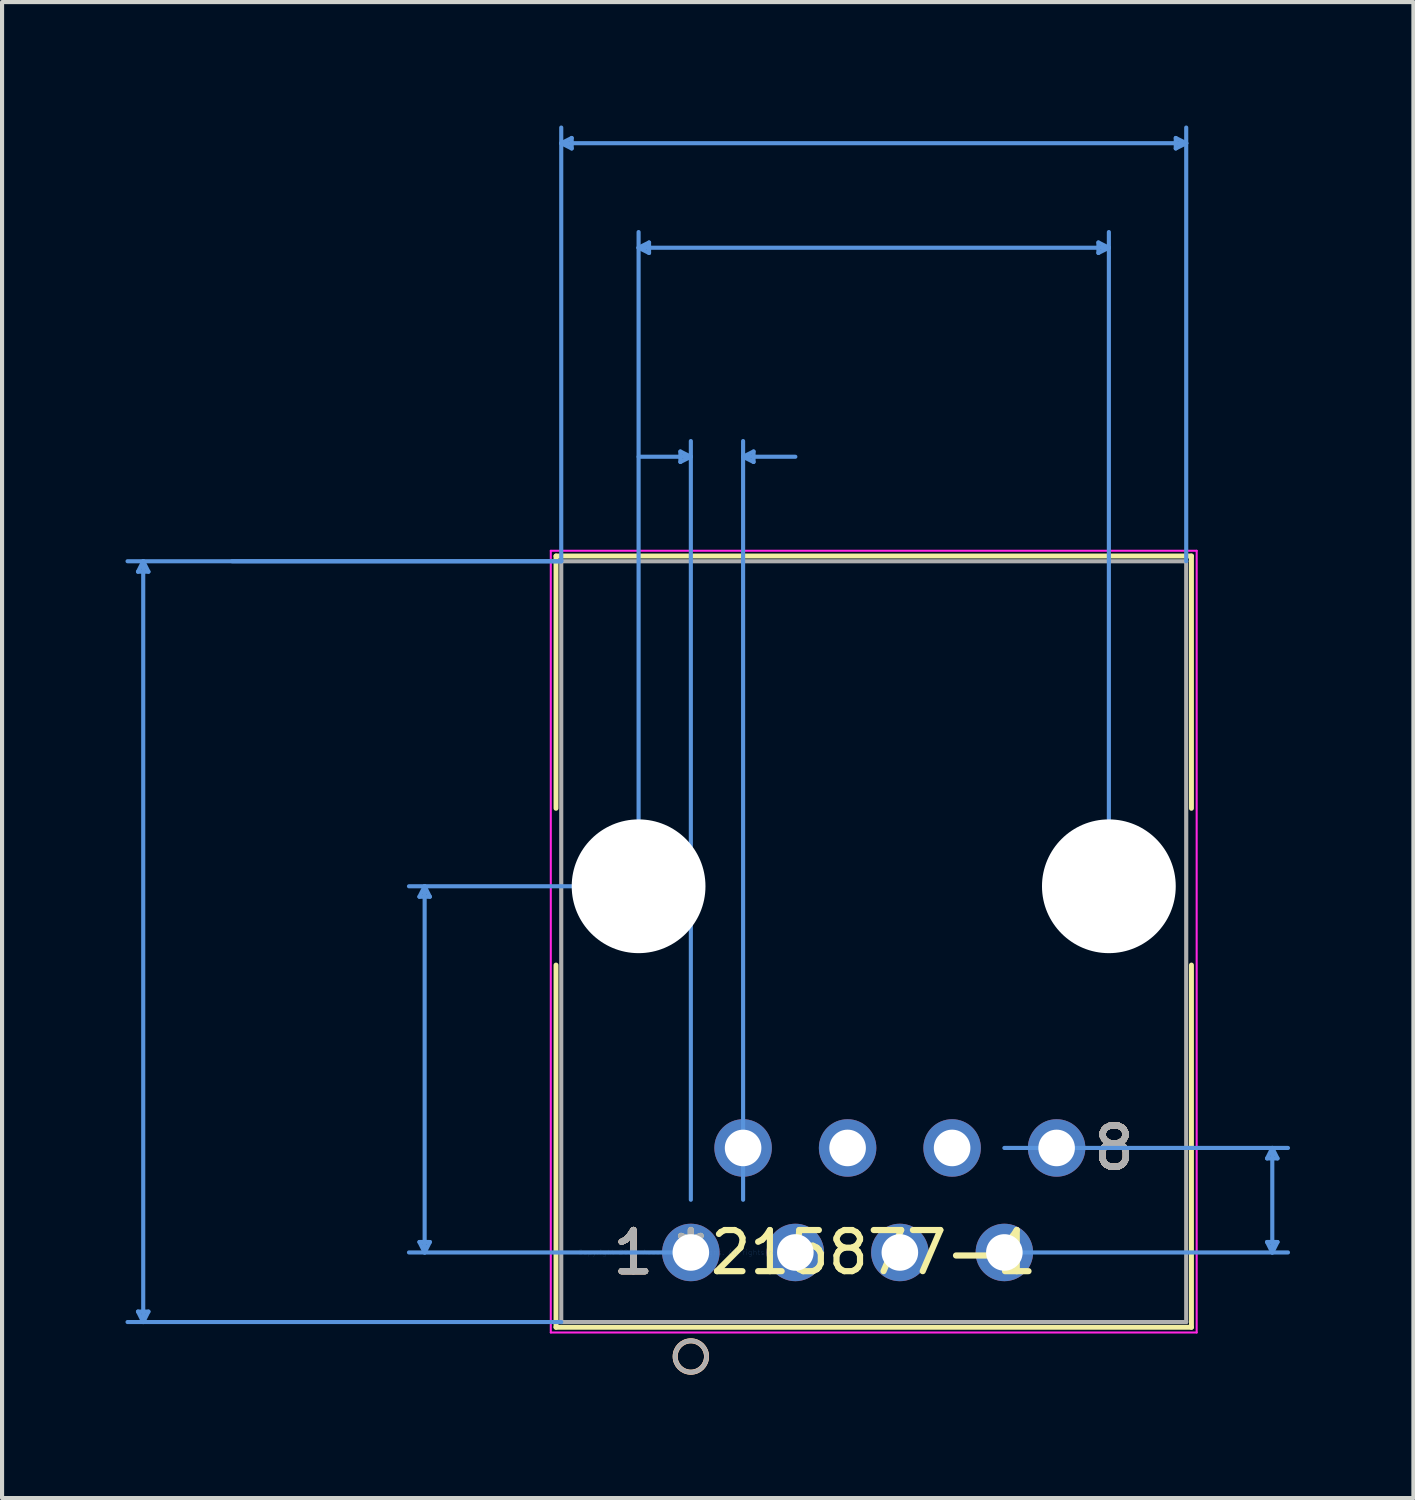
<source format=kicad_pcb>
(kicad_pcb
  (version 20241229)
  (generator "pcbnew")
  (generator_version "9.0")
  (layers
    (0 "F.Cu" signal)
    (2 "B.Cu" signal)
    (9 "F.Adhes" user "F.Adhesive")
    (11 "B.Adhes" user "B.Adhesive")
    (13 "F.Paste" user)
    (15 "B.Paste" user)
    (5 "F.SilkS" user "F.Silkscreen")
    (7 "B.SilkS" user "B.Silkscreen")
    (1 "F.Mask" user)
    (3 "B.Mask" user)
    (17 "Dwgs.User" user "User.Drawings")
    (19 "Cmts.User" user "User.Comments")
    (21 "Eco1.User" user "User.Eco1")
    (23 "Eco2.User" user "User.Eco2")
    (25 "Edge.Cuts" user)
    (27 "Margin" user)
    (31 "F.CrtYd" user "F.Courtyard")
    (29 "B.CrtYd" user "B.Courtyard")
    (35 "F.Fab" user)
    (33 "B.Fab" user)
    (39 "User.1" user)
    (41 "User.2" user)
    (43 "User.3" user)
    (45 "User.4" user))
  (footprint "215877-1"
    (layer "F.Cu")
    (at 13.741 27.391)
    (property "Reference" "215877-1" (at 4.445 0 0) (layer "F.SilkS") (effects (font (size 1 1) (thickness 0.15))))
    (attr through_hole)
    (fp_line (start -3.277 -16.927) (end -3.277 -10.795) (stroke (width 0.12) (type solid)) (layer "F.SilkS"))
    (fp_line (start -3.277 -6.985) (end -3.277 1.818) (stroke (width 0.12) (type solid)) (layer "F.SilkS"))
    (fp_line (start -3.277 1.818) (end 12.167 1.818) (stroke (width 0.12) (type solid)) (layer "F.SilkS"))
    (fp_line (start 12.167 -16.927) (end -3.277 -16.927) (stroke (width 0.12) (type solid)) (layer "F.SilkS"))
    (fp_line (start 12.167 -10.795) (end 12.167 -16.927) (stroke (width 0.12) (type solid)) (layer "F.SilkS"))
    (fp_line (start 12.167 1.818) (end 12.167 -6.985) (stroke (width 0.12) (type solid)) (layer "F.SilkS"))
    (fp_circle (center 0 2.529) (end 0.381 2.529) (stroke (width 0.12) (type solid)) (fill no) (layer "F.SilkS"))
    (fp_circle (center 0 2.529) (end 0.381 2.529) (stroke (width 0.12) (type solid)) (fill no) (layer "B.SilkS"))
    (fp_line (start -13.437 -16.546) (end -13.183 -16.546) (stroke (width 0.1) (type solid)) (layer "Cmts.User"))
    (fp_line (start -13.437 1.437) (end -13.183 1.437) (stroke (width 0.1) (type solid)) (layer "Cmts.User"))
    (fp_line (start -13.31 -16.8) (end -13.437 -16.546) (stroke (width 0.1) (type solid)) (layer "Cmts.User"))
    (fp_line (start -13.31 -16.8) (end -13.31 1.691) (stroke (width 0.1) (type solid)) (layer "Cmts.User"))
    (fp_line (start -13.31 -16.8) (end -13.183 -16.546) (stroke (width 0.1) (type solid)) (layer "Cmts.User"))
    (fp_line (start -13.31 1.691) (end -13.437 1.437) (stroke (width 0.1) (type solid)) (layer "Cmts.User"))
    (fp_line (start -13.31 1.691) (end -13.183 1.437) (stroke (width 0.1) (type solid)) (layer "Cmts.User"))
    (fp_line (start -6.597 -0.254) (end -6.47 0) (stroke (width 0.1) (type solid)) (layer "Cmts.User"))
    (fp_line (start -6.597 -8.646) (end -6.47 -8.9) (stroke (width 0.1) (type solid)) (layer "Cmts.User"))
    (fp_line (start -6.597 -8.646) (end -6.343 -8.646) (stroke (width 0.1) (type solid)) (layer "Cmts.User"))
    (fp_line (start -6.47 -8.9) (end -6.47 0) (stroke (width 0.1) (type solid)) (layer "Cmts.User"))
    (fp_line (start -6.343 -0.254) (end -6.597 -0.254) (stroke (width 0.1) (type solid)) (layer "Cmts.User"))
    (fp_line (start -6.343 -0.254) (end -6.47 0) (stroke (width 0.1) (type solid)) (layer "Cmts.User"))
    (fp_line (start -6.343 -8.646) (end -6.47 -8.9) (stroke (width 0.1) (type solid)) (layer "Cmts.User"))
    (fp_line (start -3.15 -26.96) (end -2.896 -27.087) (stroke (width 0.1) (type solid)) (layer "Cmts.User"))
    (fp_line (start -3.15 -26.96) (end -2.896 -26.833) (stroke (width 0.1) (type solid)) (layer "Cmts.User"))
    (fp_line (start -3.15 -26.96) (end 12.04 -26.96) (stroke (width 0.1) (type solid)) (layer "Cmts.User"))
    (fp_line (start -3.15 -16.8) (end -13.691 -16.8) (stroke (width 0.1) (type solid)) (layer "Cmts.User"))
    (fp_line (start -3.15 -16.8) (end -11.151 -16.8) (stroke (width 0.1) (type solid)) (layer "Cmts.User"))
    (fp_line (start -3.15 -16.8) (end -3.15 -27.341) (stroke (width 0.1) (type solid)) (layer "Cmts.User"))
    (fp_line (start -3.15 1.691) (end -13.691 1.691) (stroke (width 0.1) (type solid)) (layer "Cmts.User"))
    (fp_line (start -2.896 -27.087) (end -2.896 -26.833) (stroke (width 0.1) (type solid)) (layer "Cmts.User"))
    (fp_line (start -1.27 -24.42) (end -1.016 -24.547) (stroke (width 0.1) (type solid)) (layer "Cmts.User"))
    (fp_line (start -1.27 -24.42) (end -1.016 -24.293) (stroke (width 0.1) (type solid)) (layer "Cmts.User"))
    (fp_line (start -1.27 -24.42) (end 10.16 -24.42) (stroke (width 0.1) (type solid)) (layer "Cmts.User"))
    (fp_line (start -1.27 -10.181) (end -1.27 -24.801) (stroke (width 0.1) (type solid)) (layer "Cmts.User"))
    (fp_line (start -1.016 -24.547) (end -1.016 -24.293) (stroke (width 0.1) (type solid)) (layer "Cmts.User"))
    (fp_line (start -0.254 -19.467) (end -0.254 -19.213) (stroke (width 0.1) (type solid)) (layer "Cmts.User"))
    (fp_line (start 0 -19.34) (end -1.27 -19.34) (stroke (width 0.1) (type solid)) (layer "Cmts.User"))
    (fp_line (start 0 -19.34) (end -0.254 -19.467) (stroke (width 0.1) (type solid)) (layer "Cmts.User"))
    (fp_line (start 0 -19.34) (end -0.254 -19.213) (stroke (width 0.1) (type solid)) (layer "Cmts.User"))
    (fp_line (start 0 -8.9) (end -6.851 -8.9) (stroke (width 0.1) (type solid)) (layer "Cmts.User"))
    (fp_line (start 0 -1.281) (end 0 -19.721) (stroke (width 0.1) (type solid)) (layer "Cmts.User"))
    (fp_line (start 0 0) (end -6.851 0) (stroke (width 0.1) (type solid)) (layer "Cmts.User"))
    (fp_line (start 1.27 -19.34) (end 1.524 -19.467) (stroke (width 0.1) (type solid)) (layer "Cmts.User"))
    (fp_line (start 1.27 -19.34) (end 1.524 -19.213) (stroke (width 0.1) (type solid)) (layer "Cmts.User"))
    (fp_line (start 1.27 -19.34) (end 2.54 -19.34) (stroke (width 0.1) (type solid)) (layer "Cmts.User"))
    (fp_line (start 1.27 -1.281) (end 1.27 -19.721) (stroke (width 0.1) (type solid)) (layer "Cmts.User"))
    (fp_line (start 1.524 -19.467) (end 1.524 -19.213) (stroke (width 0.1) (type solid)) (layer "Cmts.User"))
    (fp_line (start 7.62 -2.54) (end 14.513 -2.54) (stroke (width 0.1) (type solid)) (layer "Cmts.User"))
    (fp_line (start 7.62 0) (end 14.513 0) (stroke (width 0.1) (type solid)) (layer "Cmts.User"))
    (fp_line (start 9.906 -24.547) (end 9.906 -24.293) (stroke (width 0.1) (type solid)) (layer "Cmts.User"))
    (fp_line (start 10.16 -24.42) (end 9.906 -24.547) (stroke (width 0.1) (type solid)) (layer "Cmts.User"))
    (fp_line (start 10.16 -24.42) (end 9.906 -24.293) (stroke (width 0.1) (type solid)) (layer "Cmts.User"))
    (fp_line (start 10.16 -10.181) (end 10.16 -24.801) (stroke (width 0.1) (type solid)) (layer "Cmts.User"))
    (fp_line (start 11.786 -27.087) (end 11.786 -26.833) (stroke (width 0.1) (type solid)) (layer "Cmts.User"))
    (fp_line (start 12.04 -26.96) (end 11.786 -27.087) (stroke (width 0.1) (type solid)) (layer "Cmts.User"))
    (fp_line (start 12.04 -26.96) (end 11.786 -26.833) (stroke (width 0.1) (type solid)) (layer "Cmts.User"))
    (fp_line (start 12.04 -16.8) (end 12.04 -27.341) (stroke (width 0.1) (type solid)) (layer "Cmts.User"))
    (fp_line (start 14.005 -0.254) (end 14.132 0) (stroke (width 0.1) (type solid)) (layer "Cmts.User"))
    (fp_line (start 14.005 -2.286) (end 14.132 -2.54) (stroke (width 0.1) (type solid)) (layer "Cmts.User"))
    (fp_line (start 14.005 -2.286) (end 14.259 -2.286) (stroke (width 0.1) (type solid)) (layer "Cmts.User"))
    (fp_line (start 14.132 -2.54) (end 14.132 0) (stroke (width 0.1) (type solid)) (layer "Cmts.User"))
    (fp_line (start 14.259 -0.254) (end 14.005 -0.254) (stroke (width 0.1) (type solid)) (layer "Cmts.User"))
    (fp_line (start 14.259 -0.254) (end 14.132 0) (stroke (width 0.1) (type solid)) (layer "Cmts.User"))
    (fp_line (start 14.259 -2.286) (end 14.132 -2.54) (stroke (width 0.1) (type solid)) (layer "Cmts.User"))
    (fp_line (start -3.404 -17.054) (end -3.404 1.945) (stroke (width 0.05) (type solid)) (layer "F.CrtYd"))
    (fp_line (start -3.404 1.945) (end 12.294 1.945) (stroke (width 0.05) (type solid)) (layer "F.CrtYd"))
    (fp_line (start 12.294 -17.054) (end -3.404 -17.054) (stroke (width 0.05) (type solid)) (layer "F.CrtYd"))
    (fp_line (start 12.294 1.945) (end 12.294 -17.054) (stroke (width 0.05) (type solid)) (layer "F.CrtYd"))
    (fp_line (start -3.15 -16.8) (end -3.15 1.691) (stroke (width 0.1) (type solid)) (layer "F.Fab"))
    (fp_line (start -3.15 1.691) (end 12.04 1.691) (stroke (width 0.1) (type solid)) (layer "F.Fab"))
    (fp_line (start 12.04 -16.8) (end -3.15 -16.8) (stroke (width 0.1) (type solid)) (layer "F.Fab"))
    (fp_line (start 12.04 1.691) (end 12.04 -16.8) (stroke (width 0.1) (type solid)) (layer "F.Fab"))
    (fp_circle (center 0 2.529) (end 0.381 2.529) (stroke (width 0.1) (type solid)) (fill no) (layer "F.Fab"))
    (fp_text user "*" (at 0 0 0) (layer "F.SilkS") (effects (font (size 1 1) (thickness 0.15))))
    (fp_text user "1" (at -1.397 0 0) (layer "F.SilkS") (effects (font (size 1 1) (thickness 0.15))))
    (fp_text user "1" (at -1.397 0 0) (layer "F.SilkS") (effects (font (size 1 1) (thickness 0.15))))
    (fp_text user "8" (at 10.287 -2.54 0) (layer "F.SilkS") (effects (font (size 1 1) (thickness 0.15))))
    (fp_text user "8" (at 10.287 -2.54 0) (layer "F.SilkS") (effects (font (size 1 1) (thickness 0.15))))
    (fp_text user "8" (at 10.287 -2.54 0) (layer "B.SilkS") (effects (font (size 1 1) (thickness 0.15))))
    (fp_text user "1" (at -1.397 0 0) (layer "B.SilkS") (effects (font (size 1 1) (thickness 0.15))))
    (fp_text user "8" (at 10.287 -2.54 0) (layer "B.SilkS") (effects (font (size 1 1) (thickness 0.15))))
    (fp_text user "1" (at -1.397 0 0) (layer "B.SilkS") (effects (font (size 1 1) (thickness 0.15))))
    (fp_text user "Copyright 2021 Accelerated Designs. All rights reserved." (at 0 0 0) (layer "Cmts.User") (effects (font (size 0.127 0.127) (thickness 0.002))))
    (fp_text user "8" (at 10.287 -2.54 0) (layer "F.Fab") (effects (font (size 1 1) (thickness 0.15))))
    (fp_text user "1" (at -1.397 0 0) (layer "F.Fab") (effects (font (size 1 1) (thickness 0.15))))
    (fp_text user "8" (at 10.287 -2.54 0) (layer "F.Fab") (effects (font (size 1 1) (thickness 0.15))))
    (fp_text user "1" (at -1.397 0 0) (layer "F.Fab") (effects (font (size 1 1) (thickness 0.15))))
    (fp_text user "*" (at 0 0 0) (layer "F.Fab") (effects (font (size 1 1) (thickness 0.15))))
    (pad "" np_thru_hole circle (at -1.27 -8.9) (size 3.251 3.251) (drill 3.251) (layers "*.Cu" "*.Mask"))
    (pad "" np_thru_hole circle (at 10.16 -8.9) (size 3.251 3.251) (drill 3.251) (layers "*.Cu" "*.Mask"))
    (pad "1" thru_hole circle (at 0 0) (size 1.397 1.397) (drill 0.889) (layers "*.Cu" "*.Mask"))
    (pad "2" thru_hole circle (at 1.27 -2.54) (size 1.397 1.397) (drill 0.889) (layers "*.Cu" "*.Mask"))
    (pad "3" thru_hole circle (at 2.54 0) (size 1.397 1.397) (drill 0.889) (layers "*.Cu" "*.Mask"))
    (pad "4" thru_hole circle (at 3.81 -2.54) (size 1.397 1.397) (drill 0.889) (layers "*.Cu" "*.Mask"))
    (pad "5" thru_hole circle (at 5.08 0) (size 1.397 1.397) (drill 0.889) (layers "*.Cu" "*.Mask"))
    (pad "6" thru_hole circle (at 6.35 -2.54) (size 1.397 1.397) (drill 0.889) (layers "*.Cu" "*.Mask"))
    (pad "7" thru_hole circle (at 7.62 0) (size 1.397 1.397) (drill 0.889) (layers "*.Cu" "*.Mask"))
    (pad "8" thru_hole circle (at 8.89 -2.54) (size 1.397 1.397) (drill 0.889) (layers "*.Cu" "*.Mask")))
  (gr_rect
    (start -3 -3)
    (end 31.303 33.361)
    (stroke (width 0.1) (type default))
    (fill no)
    (layer "Edge.Cuts")))
</source>
